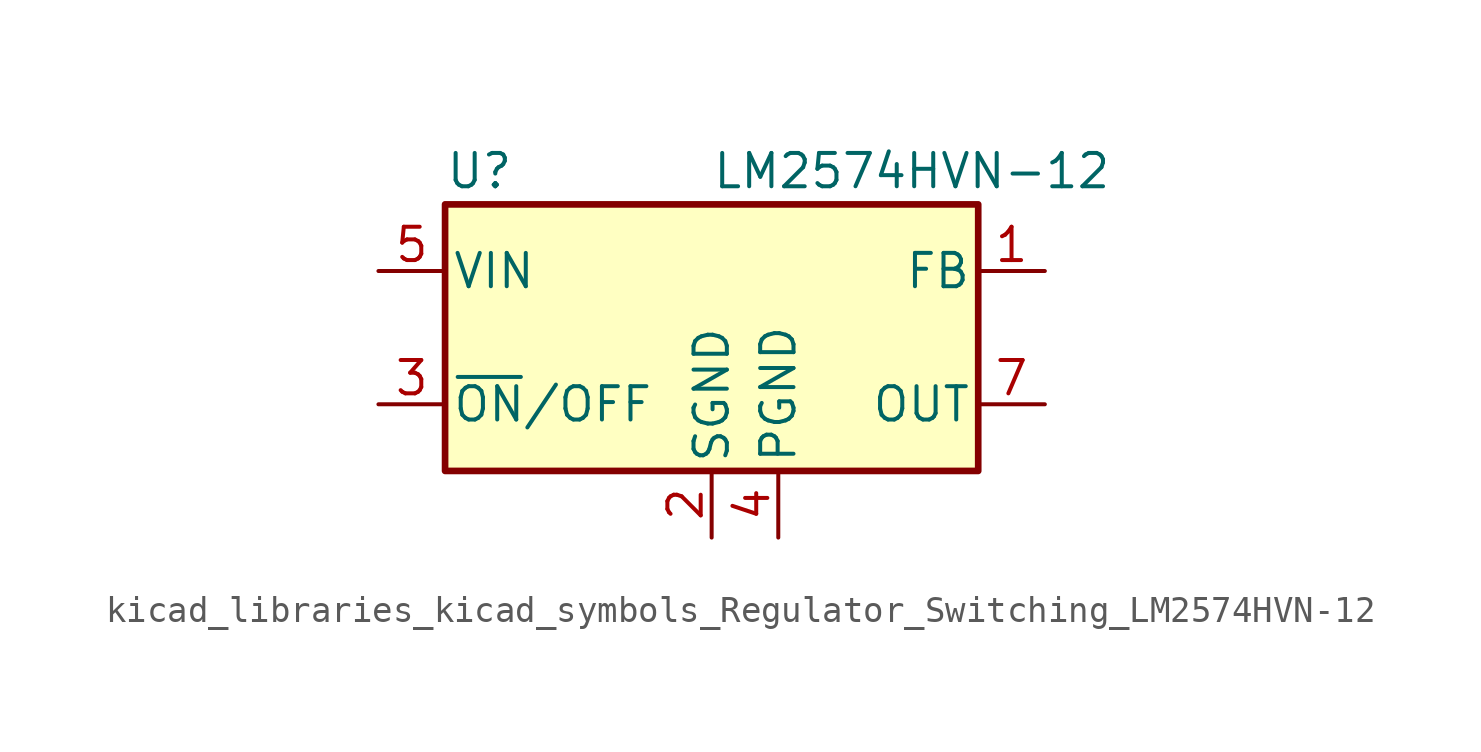
<source format=kicad_sym>
(kicad_symbol_lib
  (version 20220914)
  (generator kicad_symbol_editor)
  (symbol "kicad_libraries_kicad_symbols_Regulator_Switching_LM2574HVN-12"
    (pin_names
      (offset 0.254))
    (property "Reference" "U"
      (at -10.16 6.35 0)
      (effects (font (size 1.27 1.27)) (justify left)))
    (property "Value" "LM2574HVN-12"
      (at 0 6.35 0)
      (effects (font (size 1.27 1.27)) (justify left)))
    (symbol "kicad_libraries_kicad_symbols_Regulator_Switching_LM2574HVN-12_0_1"
      (rectangle (start -10.16 5.08) (end 10.16 -5.08) (stroke (width 0.254) (type default)) (fill (type background))))
    (symbol "kicad_libraries_kicad_symbols_Regulator_Switching_LM2574HVN-12_1_1"
      (pin input line (at 12.7 2.54 180) (length 2.54) (name "FB" (effects (font (size 1.27 1.27)))) (number "1" (effects (font (size 1.27 1.27)))))
      (pin power_in line (at 0 -7.62 90) (length 2.54) (name "SGND" (effects (font (size 1.27 1.27)))) (number "2" (effects (font (size 1.27 1.27)))))
      (pin input line (at -12.7 -2.54 0) (length 2.54) (name "~{ON}/OFF" (effects (font (size 1.27 1.27)))) (number "3" (effects (font (size 1.27 1.27)))))
      (pin power_in line (at 2.54 -7.62 90) (length 2.54) (name "PGND" (effects (font (size 1.27 1.27)))) (number "4" (effects (font (size 1.27 1.27)))))
      (pin power_in line (at -12.7 2.54 0) (length 2.54) (name "VIN" (effects (font (size 1.27 1.27)))) (number "5" (effects (font (size 1.27 1.27)))))
      (pin no_connect line (at -10.16 0 0) (length 2.54) hide (name "NC" (effects (font (size 1.27 1.27)))) (number "6" (effects (font (size 1.27 1.27)))))
      (pin output line (at 12.7 -2.54 180) (length 2.54) (name "OUT" (effects (font (size 1.27 1.27)))) (number "7" (effects (font (size 1.27 1.27)))))
      (pin no_connect line (at 10.16 0 180) (length 2.54) hide (name "NC" (effects (font (size 1.27 1.27)))) (number "8" (effects (font (size 1.27 1.27))))))))
</source>
